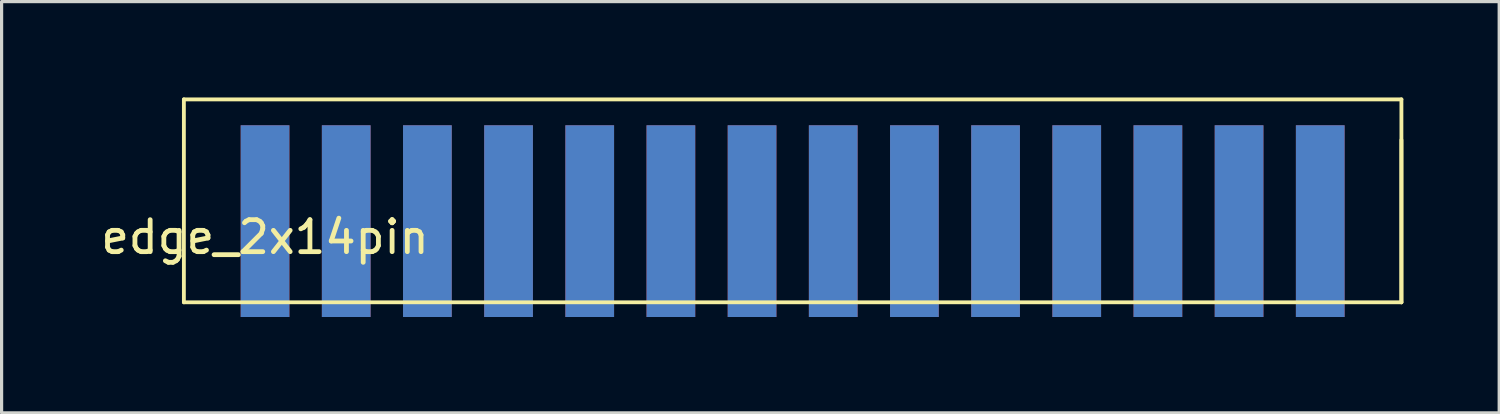
<source format=kicad_pcb>
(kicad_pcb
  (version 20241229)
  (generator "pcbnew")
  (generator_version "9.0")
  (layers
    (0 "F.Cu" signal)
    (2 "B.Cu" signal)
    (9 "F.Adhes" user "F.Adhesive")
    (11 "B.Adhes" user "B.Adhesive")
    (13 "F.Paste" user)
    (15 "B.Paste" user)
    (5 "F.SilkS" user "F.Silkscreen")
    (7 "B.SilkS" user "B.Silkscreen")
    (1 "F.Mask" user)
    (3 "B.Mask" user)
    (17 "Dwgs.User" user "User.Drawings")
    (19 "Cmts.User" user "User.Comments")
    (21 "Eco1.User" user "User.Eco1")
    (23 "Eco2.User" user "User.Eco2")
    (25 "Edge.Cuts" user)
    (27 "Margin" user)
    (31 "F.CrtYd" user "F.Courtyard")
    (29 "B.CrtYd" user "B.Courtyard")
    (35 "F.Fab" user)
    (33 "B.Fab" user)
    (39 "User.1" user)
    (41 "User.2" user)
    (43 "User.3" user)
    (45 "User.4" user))
  (footprint "edge_2x14pin"
    (layer "F.Cu")
    (at 5.244 3.87)
    (property "Reference" "edge_2x14pin" (at 0 0.5 0) (layer "F.SilkS") (effects (font (size 1 1) (thickness 0.15))))
    (attr through_hole)
    (fp_line (start -2.54 -3.81) (end 35.56 -3.81) (stroke (width 0.12) (type solid)) (layer "F.SilkS"))
    (fp_line (start -2.54 2.54) (end -2.54 -3.81) (stroke (width 0.12) (type solid)) (layer "F.SilkS"))
    (fp_line (start 35.56 -3.81) (end 35.56 2.54) (stroke (width 0.12) (type solid)) (layer "F.SilkS"))
    (fp_line (start 35.56 2.54) (end -2.54 2.54) (stroke (width 0.12) (type solid)) (layer "F.SilkS"))
    (fp_line (start 35.56 2.54) (end 35.56 -2.54) (stroke (width 0.12) (type solid)) (layer "F.SilkS"))
    (pad "1" smd rect (at 0 0) (size 1.524 6) (layers "F.Cu" "F.Mask" "F.Paste"))
    (pad "2" smd rect (at 0 0) (size 1.524 6) (layers "B.Cu" "B.Mask" "B.Paste"))
    (pad "3" smd rect (at 2.54 0) (size 1.524 6) (layers "F.Cu" "F.Mask" "F.Paste"))
    (pad "4" smd rect (at 2.54 0) (size 1.524 6) (layers "B.Cu" "B.Mask" "B.Paste"))
    (pad "5" smd rect (at 5.08 0) (size 1.524 6) (layers "F.Cu" "F.Mask" "F.Paste"))
    (pad "6" smd rect (at 5.08 0) (size 1.524 6) (layers "B.Cu" "B.Mask" "B.Paste"))
    (pad "7" smd rect (at 7.62 0) (size 1.524 6) (layers "F.Cu" "F.Mask" "F.Paste"))
    (pad "8" smd rect (at 7.62 0) (size 1.524 6) (layers "B.Cu" "B.Mask" "B.Paste"))
    (pad "9" smd rect (at 10.16 0) (size 1.524 6) (layers "F.Cu" "F.Mask" "F.Paste"))
    (pad "10" smd rect (at 10.16 0) (size 1.524 6) (layers "B.Cu" "B.Mask" "B.Paste"))
    (pad "11" smd rect (at 12.7 0) (size 1.524 6) (layers "F.Cu" "F.Mask" "F.Paste"))
    (pad "12" smd rect (at 12.7 0) (size 1.524 6) (layers "B.Cu" "B.Mask" "B.Paste"))
    (pad "13" smd rect (at 15.24 0) (size 1.524 6) (layers "F.Cu" "F.Mask" "F.Paste"))
    (pad "14" smd rect (at 15.24 0) (size 1.524 6) (layers "B.Cu" "B.Mask" "B.Paste"))
    (pad "15" smd rect (at 17.78 0) (size 1.524 6) (layers "F.Cu" "F.Mask" "F.Paste"))
    (pad "16" smd rect (at 17.78 0) (size 1.524 6) (layers "B.Cu" "B.Mask" "B.Paste"))
    (pad "17" smd rect (at 20.32 0) (size 1.524 6) (layers "F.Cu" "F.Mask" "F.Paste"))
    (pad "18" smd rect (at 20.32 0) (size 1.524 6) (layers "B.Cu" "B.Mask" "B.Paste"))
    (pad "19" smd rect (at 22.86 0) (size 1.524 6) (layers "F.Cu" "F.Mask" "F.Paste"))
    (pad "20" smd rect (at 22.86 0) (size 1.524 6) (layers "B.Cu" "B.Mask" "B.Paste"))
    (pad "21" smd rect (at 25.4 0) (size 1.524 6) (layers "F.Cu" "F.Mask" "F.Paste"))
    (pad "22" smd rect (at 25.4 0) (size 1.524 6) (layers "B.Cu" "B.Mask" "B.Paste"))
    (pad "23" smd rect (at 27.94 0) (size 1.524 6) (layers "F.Cu" "F.Mask" "F.Paste"))
    (pad "24" smd rect (at 27.94 0) (size 1.524 6) (layers "B.Cu" "B.Mask" "B.Paste"))
    (pad "25" smd rect (at 30.48 0) (size 1.524 6) (layers "F.Cu" "F.Mask" "F.Paste"))
    (pad "26" smd rect (at 30.48 0) (size 1.524 6) (layers "B.Cu" "B.Mask" "B.Paste"))
    (pad "27" smd rect (at 33.02 0) (size 1.524 6) (layers "F.Cu" "F.Mask" "F.Paste"))
    (pad "28" smd rect (at 33.02 0) (size 1.524 6) (layers "B.Cu" "B.Mask" "B.Paste")))
  (gr_rect
    (start -3 -3)
    (end 43.864 9.87)
    (stroke (width 0.1) (type default))
    (fill no)
    (layer "Edge.Cuts")))
</source>
